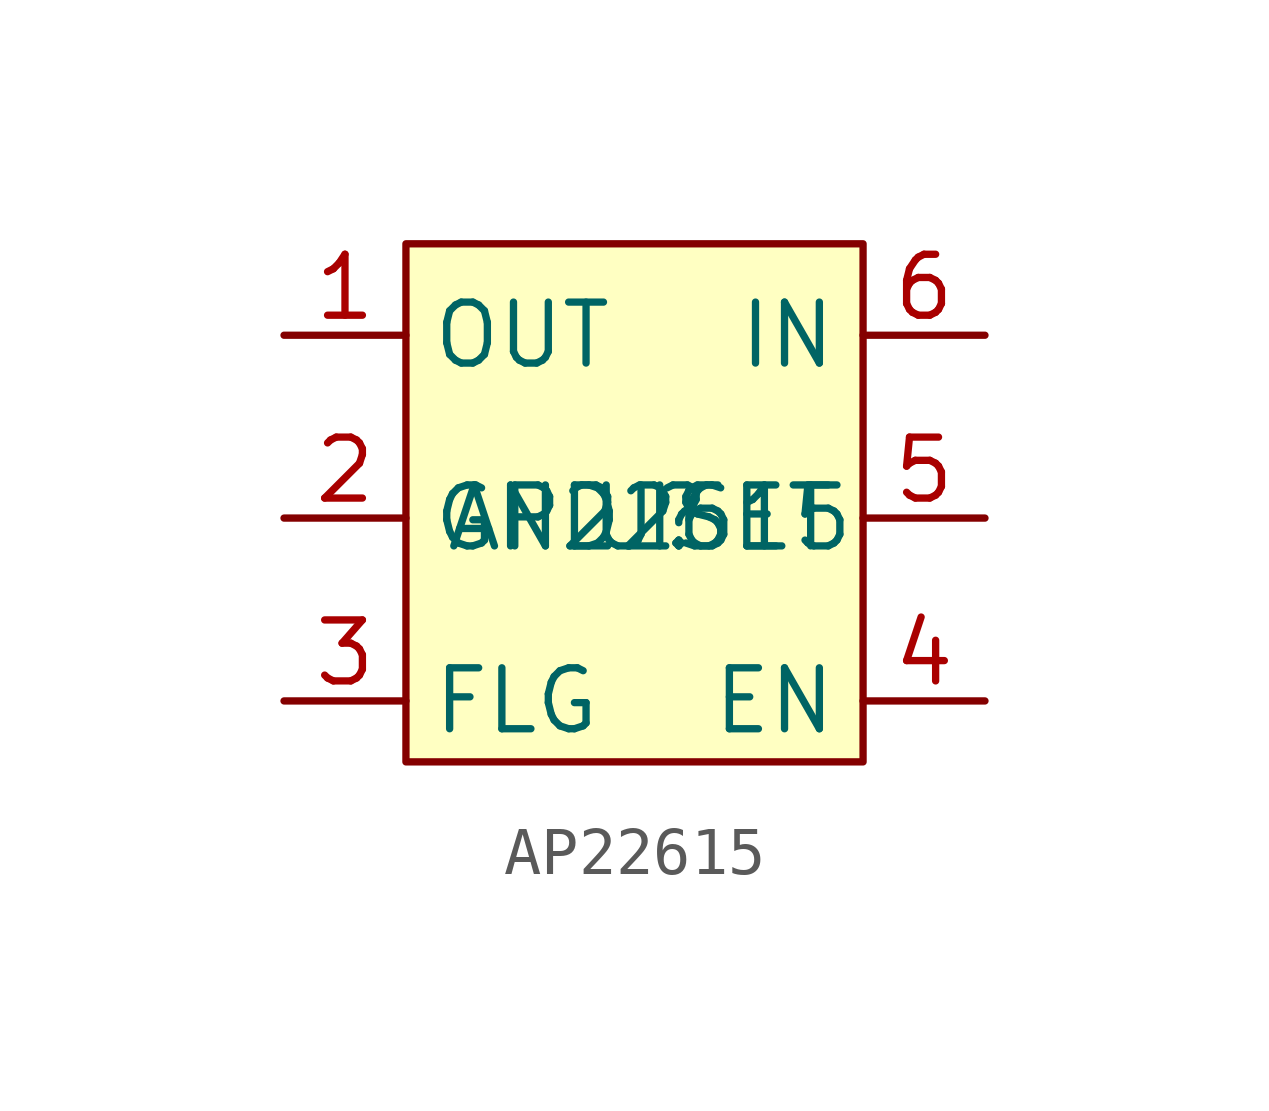
<source format=kicad_sym>
(kicad_symbol_lib
  (version 20220914)
  (generator kicad_symbol_editor)
  (symbol "AP22615"
    (property "Reference" "U"
      (at 0 0 0)
      (effects (font (size 1.27 1.27))))
    (property "Value" "AP22615"
      (at 0 0 0)
      (effects (font (size 1.27 1.27))))
    (symbol "AP22615_0_1"
      (rectangle (start -5.08 5.715) (end 4.445 -5.08) (stroke (width 0) (type default)) (fill (type background))))
    (symbol "AP22615_1_1"
      (pin output line (at -7.62 3.81 0) (length 2.54) (name "OUT" (effects (font (size 1.27 1.27)))) (number "1" (effects (font (size 1.27 1.27)))))
      (pin input line (at -7.62 0 0) (length 2.54) (name "GND" (effects (font (size 1.27 1.27)))) (number "2" (effects (font (size 1.27 1.27)))))
      (pin input line (at -7.62 -3.81 0) (length 2.54) (name "FLG" (effects (font (size 1.27 1.27)))) (number "3" (effects (font (size 1.27 1.27)))))
      (pin input line (at 6.985 -3.81 180) (length 2.54) (name "EN" (effects (font (size 1.27 1.27)))) (number "4" (effects (font (size 1.27 1.27)))))
      (pin input line (at 6.985 0 180) (length 2.54) (name "ISET" (effects (font (size 1.27 1.27)))) (number "5" (effects (font (size 1.27 1.27)))))
      (pin input line (at 6.985 3.81 180) (length 2.54) (name "IN" (effects (font (size 1.27 1.27)))) (number "6" (effects (font (size 1.27 1.27))))))))
</source>
